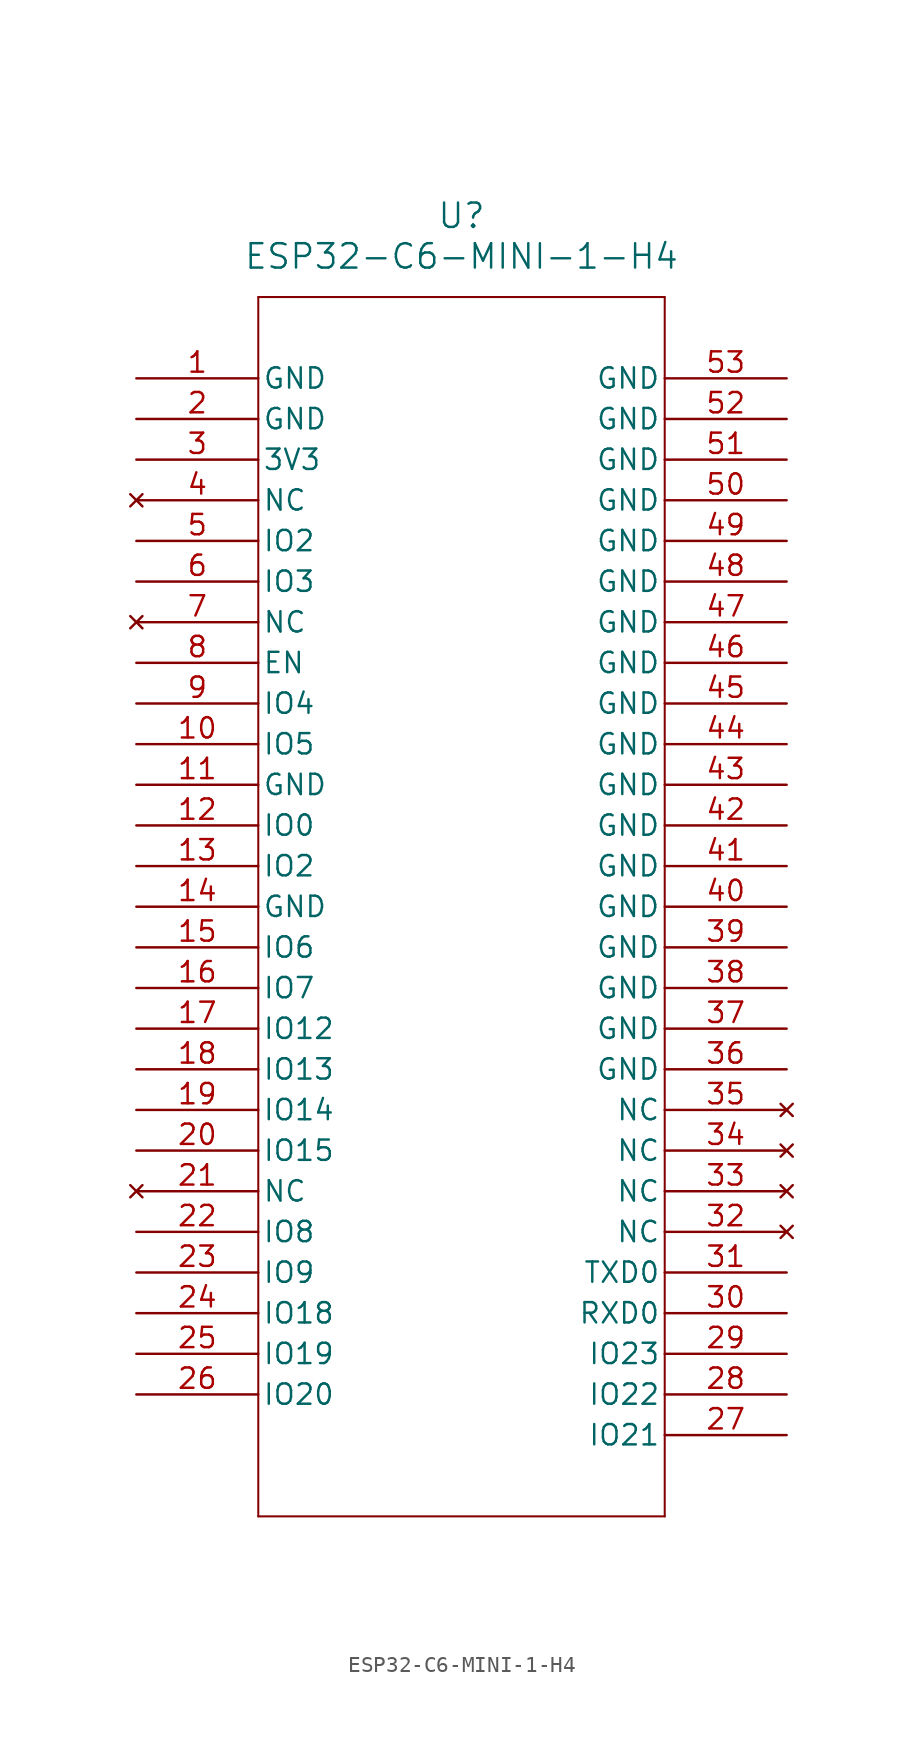
<source format=kicad_sym>
(kicad_symbol_lib
  (version 20211014)
  (generator kicad_symbol_editor)
  (symbol "ESP32-C6-MINI-1-H4"
    (pin_names
      (offset 0.254))
    (property "Reference" "U"
      (at 20.32 10.16 0)
      (effects (font (size 1.524 1.524))))
    (property "Value" "ESP32-C6-MINI-1-H4"
      (at 20.32 7.62 0)
      (effects (font (size 1.524 1.524))))
    (symbol "ESP32-C6-MINI-1-H4_0_1"
      (polyline (pts (xy 7.62 5.08) (xy 7.62 -71.12)) (stroke (width 0.127) (type default) (color 0 0 0 0)) (fill (type none)))
      (polyline (pts (xy 7.62 -71.12) (xy 33.02 -71.12)) (stroke (width 0.127) (type default) (color 0 0 0 0)) (fill (type none)))
      (polyline (pts (xy 33.02 -71.12) (xy 33.02 5.08)) (stroke (width 0.127) (type default) (color 0 0 0 0)) (fill (type none)))
      (polyline (pts (xy 33.02 5.08) (xy 7.62 5.08)) (stroke (width 0.127) (type default) (color 0 0 0 0)) (fill (type none)))
      (pin power_out line (at 0 0 0) (length 7.62) (name "GND" (effects (font (size 1.27 1.27)))) (number "1" (effects (font (size 1.27 1.27)))))
      (pin power_out line (at 0 -2.54 0) (length 7.62) (name "GND" (effects (font (size 1.27 1.27)))) (number "2" (effects (font (size 1.27 1.27)))))
      (pin power_in line (at 0 -5.08 0) (length 7.62) (name "3V3" (effects (font (size 1.27 1.27)))) (number "3" (effects (font (size 1.27 1.27)))))
      (pin no_connect line (at 0 -7.62 0) (length 7.62) (name "NC" (effects (font (size 1.27 1.27)))) (number "4" (effects (font (size 1.27 1.27)))))
      (pin bidirectional line (at 0 -10.16 0) (length 7.62) (name "IO2" (effects (font (size 1.27 1.27)))) (number "5" (effects (font (size 1.27 1.27)))))
      (pin bidirectional line (at 0 -12.7 0) (length 7.62) (name "IO3" (effects (font (size 1.27 1.27)))) (number "6" (effects (font (size 1.27 1.27)))))
      (pin no_connect line (at 0 -15.24 0) (length 7.62) (name "NC" (effects (font (size 1.27 1.27)))) (number "7" (effects (font (size 1.27 1.27)))))
      (pin unspecified line (at 0 -17.78 0) (length 7.62) (name "EN" (effects (font (size 1.27 1.27)))) (number "8" (effects (font (size 1.27 1.27)))))
      (pin bidirectional line (at 0 -20.32 0) (length 7.62) (name "IO4" (effects (font (size 1.27 1.27)))) (number "9" (effects (font (size 1.27 1.27)))))
      (pin bidirectional line (at 0 -22.86 0) (length 7.62) (name "IO5" (effects (font (size 1.27 1.27)))) (number "10" (effects (font (size 1.27 1.27)))))
      (pin power_out line (at 0 -25.4 0) (length 7.62) (name "GND" (effects (font (size 1.27 1.27)))) (number "11" (effects (font (size 1.27 1.27)))))
      (pin bidirectional line (at 0 -27.94 0) (length 7.62) (name "IO0" (effects (font (size 1.27 1.27)))) (number "12" (effects (font (size 1.27 1.27)))))
      (pin bidirectional line (at 0 -30.48 0) (length 7.62) (name "IO2" (effects (font (size 1.27 1.27)))) (number "13" (effects (font (size 1.27 1.27)))))
      (pin power_out line (at 0 -33.02 0) (length 7.62) (name "GND" (effects (font (size 1.27 1.27)))) (number "14" (effects (font (size 1.27 1.27)))))
      (pin bidirectional line (at 0 -35.56 0) (length 7.62) (name "IO6" (effects (font (size 1.27 1.27)))) (number "15" (effects (font (size 1.27 1.27)))))
      (pin bidirectional line (at 0 -38.1 0) (length 7.62) (name "IO7" (effects (font (size 1.27 1.27)))) (number "16" (effects (font (size 1.27 1.27)))))
      (pin bidirectional line (at 0 -40.64 0) (length 7.62) (name "IO12" (effects (font (size 1.27 1.27)))) (number "17" (effects (font (size 1.27 1.27)))))
      (pin bidirectional line (at 0 -43.18 0) (length 7.62) (name "IO13" (effects (font (size 1.27 1.27)))) (number "18" (effects (font (size 1.27 1.27)))))
      (pin bidirectional line (at 0 -45.72 0) (length 7.62) (name "IO14" (effects (font (size 1.27 1.27)))) (number "19" (effects (font (size 1.27 1.27)))))
      (pin bidirectional line (at 0 -48.26 0) (length 7.62) (name "IO15" (effects (font (size 1.27 1.27)))) (number "20" (effects (font (size 1.27 1.27)))))
      (pin no_connect line (at 0 -50.8 0) (length 7.62) (name "NC" (effects (font (size 1.27 1.27)))) (number "21" (effects (font (size 1.27 1.27)))))
      (pin bidirectional line (at 0 -53.34 0) (length 7.62) (name "IO8" (effects (font (size 1.27 1.27)))) (number "22" (effects (font (size 1.27 1.27)))))
      (pin bidirectional line (at 0 -55.88 0) (length 7.62) (name "IO9" (effects (font (size 1.27 1.27)))) (number "23" (effects (font (size 1.27 1.27)))))
      (pin bidirectional line (at 0 -58.42 0) (length 7.62) (name "IO18" (effects (font (size 1.27 1.27)))) (number "24" (effects (font (size 1.27 1.27)))))
      (pin bidirectional line (at 0 -60.96 0) (length 7.62) (name "IO19" (effects (font (size 1.27 1.27)))) (number "25" (effects (font (size 1.27 1.27)))))
      (pin bidirectional line (at 0 -63.5 0) (length 7.62) (name "IO20" (effects (font (size 1.27 1.27)))) (number "26" (effects (font (size 1.27 1.27)))))
      (pin bidirectional line (at 40.64 -66.04 180) (length 7.62) (name "IO21" (effects (font (size 1.27 1.27)))) (number "27" (effects (font (size 1.27 1.27)))))
      (pin bidirectional line (at 40.64 -63.5 180) (length 7.62) (name "IO22" (effects (font (size 1.27 1.27)))) (number "28" (effects (font (size 1.27 1.27)))))
      (pin bidirectional line (at 40.64 -60.96 180) (length 7.62) (name "IO23" (effects (font (size 1.27 1.27)))) (number "29" (effects (font (size 1.27 1.27)))))
      (pin bidirectional line (at 40.64 -58.42 180) (length 7.62) (name "RXD0" (effects (font (size 1.27 1.27)))) (number "30" (effects (font (size 1.27 1.27)))))
      (pin bidirectional line (at 40.64 -55.88 180) (length 7.62) (name "TXD0" (effects (font (size 1.27 1.27)))) (number "31" (effects (font (size 1.27 1.27)))))
      (pin no_connect line (at 40.64 -53.34 180) (length 7.62) (name "NC" (effects (font (size 1.27 1.27)))) (number "32" (effects (font (size 1.27 1.27)))))
      (pin no_connect line (at 40.64 -50.8 180) (length 7.62) (name "NC" (effects (font (size 1.27 1.27)))) (number "33" (effects (font (size 1.27 1.27)))))
      (pin no_connect line (at 40.64 -48.26 180) (length 7.62) (name "NC" (effects (font (size 1.27 1.27)))) (number "34" (effects (font (size 1.27 1.27)))))
      (pin no_connect line (at 40.64 -45.72 180) (length 7.62) (name "NC" (effects (font (size 1.27 1.27)))) (number "35" (effects (font (size 1.27 1.27)))))
      (pin power_out line (at 40.64 -43.18 180) (length 7.62) (name "GND" (effects (font (size 1.27 1.27)))) (number "36" (effects (font (size 1.27 1.27)))))
      (pin power_out line (at 40.64 -40.64 180) (length 7.62) (name "GND" (effects (font (size 1.27 1.27)))) (number "37" (effects (font (size 1.27 1.27)))))
      (pin power_out line (at 40.64 -38.1 180) (length 7.62) (name "GND" (effects (font (size 1.27 1.27)))) (number "38" (effects (font (size 1.27 1.27)))))
      (pin power_out line (at 40.64 -35.56 180) (length 7.62) (name "GND" (effects (font (size 1.27 1.27)))) (number "39" (effects (font (size 1.27 1.27)))))
      (pin power_out line (at 40.64 -33.02 180) (length 7.62) (name "GND" (effects (font (size 1.27 1.27)))) (number "40" (effects (font (size 1.27 1.27)))))
      (pin power_out line (at 40.64 -30.48 180) (length 7.62) (name "GND" (effects (font (size 1.27 1.27)))) (number "41" (effects (font (size 1.27 1.27)))))
      (pin power_out line (at 40.64 -27.94 180) (length 7.62) (name "GND" (effects (font (size 1.27 1.27)))) (number "42" (effects (font (size 1.27 1.27)))))
      (pin power_out line (at 40.64 -25.4 180) (length 7.62) (name "GND" (effects (font (size 1.27 1.27)))) (number "43" (effects (font (size 1.27 1.27)))))
      (pin power_out line (at 40.64 -22.86 180) (length 7.62) (name "GND" (effects (font (size 1.27 1.27)))) (number "44" (effects (font (size 1.27 1.27)))))
      (pin power_out line (at 40.64 -20.32 180) (length 7.62) (name "GND" (effects (font (size 1.27 1.27)))) (number "45" (effects (font (size 1.27 1.27)))))
      (pin power_out line (at 40.64 -17.78 180) (length 7.62) (name "GND" (effects (font (size 1.27 1.27)))) (number "46" (effects (font (size 1.27 1.27)))))
      (pin power_out line (at 40.64 -15.24 180) (length 7.62) (name "GND" (effects (font (size 1.27 1.27)))) (number "47" (effects (font (size 1.27 1.27)))))
      (pin power_out line (at 40.64 -12.7 180) (length 7.62) (name "GND" (effects (font (size 1.27 1.27)))) (number "48" (effects (font (size 1.27 1.27)))))
      (pin power_out line (at 40.64 -10.16 180) (length 7.62) (name "GND" (effects (font (size 1.27 1.27)))) (number "49" (effects (font (size 1.27 1.27)))))
      (pin power_out line (at 40.64 -7.62 180) (length 7.62) (name "GND" (effects (font (size 1.27 1.27)))) (number "50" (effects (font (size 1.27 1.27)))))
      (pin power_out line (at 40.64 -5.08 180) (length 7.62) (name "GND" (effects (font (size 1.27 1.27)))) (number "51" (effects (font (size 1.27 1.27)))))
      (pin power_out line (at 40.64 -2.54 180) (length 7.62) (name "GND" (effects (font (size 1.27 1.27)))) (number "52" (effects (font (size 1.27 1.27)))))
      (pin power_out line (at 40.64 0 180) (length 7.62) (name "GND" (effects (font (size 1.27 1.27)))) (number "53" (effects (font (size 1.27 1.27))))))))
</source>
